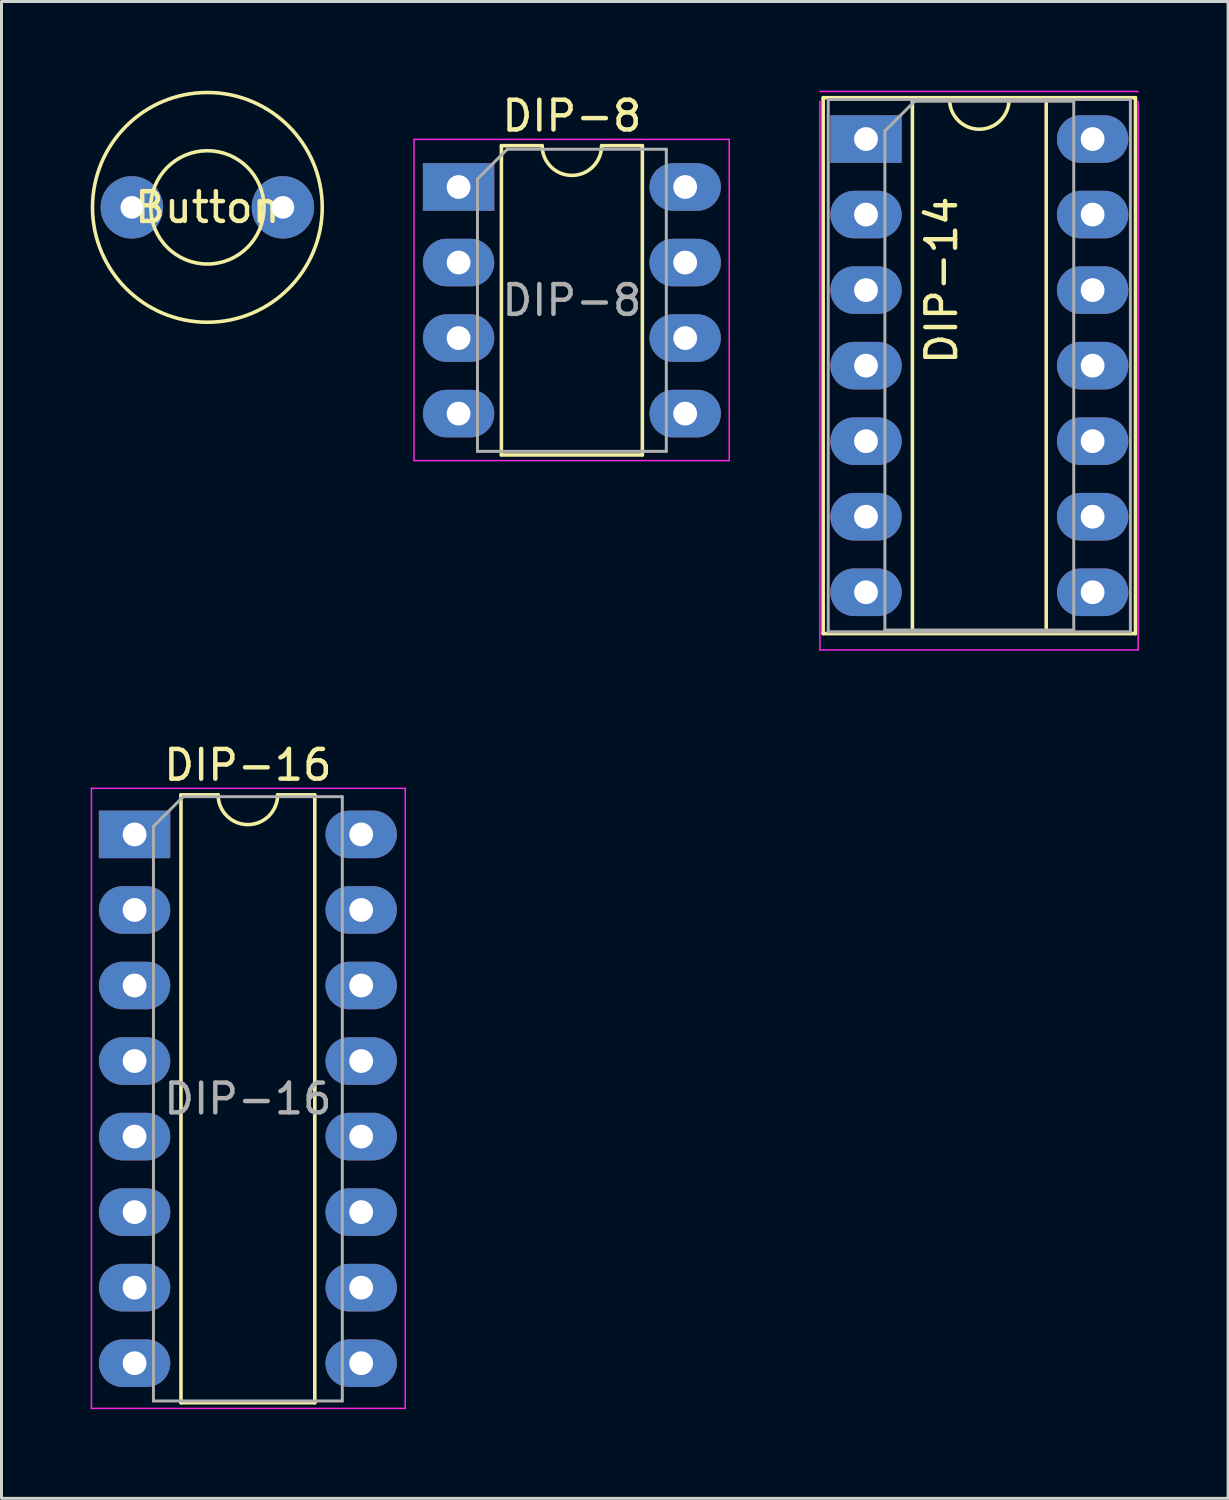
<source format=kicad_pcb>
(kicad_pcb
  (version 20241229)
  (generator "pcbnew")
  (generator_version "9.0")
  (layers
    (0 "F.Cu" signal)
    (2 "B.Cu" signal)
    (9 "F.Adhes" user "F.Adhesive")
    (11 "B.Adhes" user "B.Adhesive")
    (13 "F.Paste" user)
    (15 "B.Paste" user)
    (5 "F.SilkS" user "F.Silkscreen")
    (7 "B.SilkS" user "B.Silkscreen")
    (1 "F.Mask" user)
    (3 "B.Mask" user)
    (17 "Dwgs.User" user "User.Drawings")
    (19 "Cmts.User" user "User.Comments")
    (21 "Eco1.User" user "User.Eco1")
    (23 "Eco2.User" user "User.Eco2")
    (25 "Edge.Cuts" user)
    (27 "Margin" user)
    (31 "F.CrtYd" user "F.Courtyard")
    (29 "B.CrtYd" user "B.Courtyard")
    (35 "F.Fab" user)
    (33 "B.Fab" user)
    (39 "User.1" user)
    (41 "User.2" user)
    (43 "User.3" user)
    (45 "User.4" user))
  (footprint "DIP-16"
    (layer "F.Cu")
    (at 1.475 25.008)
    (property "Reference" "DIP-16" (at 3.81 -2.33 0) (layer "F.SilkS") (effects (font (size 1 1) (thickness 0.15))))
    (attr through_hole)
    (fp_line (start 1.56 -1.33) (end 1.56 19.11) (stroke (width 0.12) (type solid)) (layer "F.SilkS"))
    (fp_line (start 1.56 19.11) (end 6.06 19.11) (stroke (width 0.12) (type solid)) (layer "F.SilkS"))
    (fp_line (start 2.81 -1.33) (end 1.56 -1.33) (stroke (width 0.12) (type solid)) (layer "F.SilkS"))
    (fp_line (start 6.06 -1.33) (end 4.81 -1.33) (stroke (width 0.12) (type solid)) (layer "F.SilkS"))
    (fp_line (start 6.06 19.11) (end 6.06 -1.33) (stroke (width 0.12) (type solid)) (layer "F.SilkS"))
    (fp_arc (start 4.81 -1.33) (mid 3.81 -0.33) (end 2.81 -1.33) (stroke (width 0.12) (type solid)) (layer "F.SilkS"))
    (fp_line (start -1.45 -1.55) (end -1.45 19.3) (stroke (width 0.05) (type solid)) (layer "F.CrtYd"))
    (fp_line (start -1.45 19.3) (end 9.1 19.3) (stroke (width 0.05) (type solid)) (layer "F.CrtYd"))
    (fp_line (start 9.1 -1.55) (end -1.45 -1.55) (stroke (width 0.05) (type solid)) (layer "F.CrtYd"))
    (fp_line (start 9.1 19.3) (end 9.1 -1.55) (stroke (width 0.05) (type solid)) (layer "F.CrtYd"))
    (fp_line (start 0.635 -0.27) (end 1.635 -1.27) (stroke (width 0.1) (type solid)) (layer "F.Fab"))
    (fp_line (start 0.635 19.05) (end 0.635 -0.27) (stroke (width 0.1) (type solid)) (layer "F.Fab"))
    (fp_line (start 1.635 -1.27) (end 6.985 -1.27) (stroke (width 0.1) (type solid)) (layer "F.Fab"))
    (fp_line (start 6.985 -1.27) (end 6.985 19.05) (stroke (width 0.1) (type solid)) (layer "F.Fab"))
    (fp_line (start 6.985 19.05) (end 0.635 19.05) (stroke (width 0.1) (type solid)) (layer "F.Fab"))
    (fp_text user "${REFERENCE}" (at 3.81 8.89 0) (layer "F.Fab") (effects (font (size 1 1) (thickness 0.15))))
    (pad "1" thru_hole rect (at 0 0) (size 2.4 1.6) (drill 0.8) (layers "*.Cu" "*.Mask"))
    (pad "2" thru_hole oval (at 0 2.54) (size 2.4 1.6) (drill 0.8) (layers "*.Cu" "*.Mask"))
    (pad "3" thru_hole oval (at 0 5.08) (size 2.4 1.6) (drill 0.8) (layers "*.Cu" "*.Mask"))
    (pad "4" thru_hole oval (at 0 7.62) (size 2.4 1.6) (drill 0.8) (layers "*.Cu" "*.Mask"))
    (pad "5" thru_hole oval (at 0 10.16) (size 2.4 1.6) (drill 0.8) (layers "*.Cu" "*.Mask"))
    (pad "6" thru_hole oval (at 0 12.7) (size 2.4 1.6) (drill 0.8) (layers "*.Cu" "*.Mask"))
    (pad "7" thru_hole oval (at 0 15.24) (size 2.4 1.6) (drill 0.8) (layers "*.Cu" "*.Mask"))
    (pad "8" thru_hole oval (at 0 17.78) (size 2.4 1.6) (drill 0.8) (layers "*.Cu" "*.Mask"))
    (pad "9" thru_hole oval (at 7.62 17.78) (size 2.4 1.6) (drill 0.8) (layers "*.Cu" "*.Mask"))
    (pad "10" thru_hole oval (at 7.62 15.24) (size 2.4 1.6) (drill 0.8) (layers "*.Cu" "*.Mask"))
    (pad "11" thru_hole oval (at 7.62 12.7) (size 2.4 1.6) (drill 0.8) (layers "*.Cu" "*.Mask"))
    (pad "12" thru_hole oval (at 7.62 10.16) (size 2.4 1.6) (drill 0.8) (layers "*.Cu" "*.Mask"))
    (pad "13" thru_hole oval (at 7.62 7.62) (size 2.4 1.6) (drill 0.8) (layers "*.Cu" "*.Mask"))
    (pad "14" thru_hole oval (at 7.62 5.08) (size 2.4 1.6) (drill 0.8) (layers "*.Cu" "*.Mask"))
    (pad "15" thru_hole oval (at 7.62 2.54) (size 2.4 1.6) (drill 0.8) (layers "*.Cu" "*.Mask"))
    (pad "16" thru_hole oval (at 7.62 0) (size 2.4 1.6) (drill 0.8) (layers "*.Cu" "*.Mask")))
  (footprint "DIP-8"
    (layer "F.Cu")
    (at 12.37 3.238)
    (property "Reference" "DIP-8" (at 3.81 -2.39 0) (layer "F.SilkS") (effects (font (size 1 1) (thickness 0.15))))
    (attr through_hole)
    (fp_line (start 1.44 -1.39) (end 1.44 9.01) (stroke (width 0.12) (type solid)) (layer "F.SilkS"))
    (fp_line (start 1.44 9.01) (end 6.18 9.01) (stroke (width 0.12) (type solid)) (layer "F.SilkS"))
    (fp_line (start 2.81 -1.39) (end 1.44 -1.39) (stroke (width 0.12) (type solid)) (layer "F.SilkS"))
    (fp_line (start 6.18 -1.39) (end 4.81 -1.39) (stroke (width 0.12) (type solid)) (layer "F.SilkS"))
    (fp_line (start 6.18 9.01) (end 6.18 -1.39) (stroke (width 0.12) (type solid)) (layer "F.SilkS"))
    (fp_arc (start 4.81 -1.39) (mid 3.81 -0.39) (end 2.81 -1.39) (stroke (width 0.12) (type solid)) (layer "F.SilkS"))
    (fp_line (start -1.5 -1.6) (end -1.5 9.2) (stroke (width 0.05) (type solid)) (layer "F.CrtYd"))
    (fp_line (start -1.5 9.2) (end 9.1 9.2) (stroke (width 0.05) (type solid)) (layer "F.CrtYd"))
    (fp_line (start 9.1 -1.6) (end -1.5 -1.6) (stroke (width 0.05) (type solid)) (layer "F.CrtYd"))
    (fp_line (start 9.1 9.2) (end 9.1 -1.6) (stroke (width 0.05) (type solid)) (layer "F.CrtYd"))
    (fp_line (start 0.635 -0.27) (end 1.635 -1.27) (stroke (width 0.1) (type solid)) (layer "F.Fab"))
    (fp_line (start 0.635 8.89) (end 0.635 -0.27) (stroke (width 0.1) (type solid)) (layer "F.Fab"))
    (fp_line (start 1.635 -1.27) (end 6.985 -1.27) (stroke (width 0.1) (type solid)) (layer "F.Fab"))
    (fp_line (start 6.985 -1.27) (end 6.985 8.89) (stroke (width 0.1) (type solid)) (layer "F.Fab"))
    (fp_line (start 6.985 8.89) (end 0.635 8.89) (stroke (width 0.1) (type solid)) (layer "F.Fab"))
    (fp_text user "${REFERENCE}" (at 3.81 3.81 0) (layer "F.Fab") (effects (font (size 1 1) (thickness 0.15))))
    (pad "1" thru_hole rect (at 0 0) (size 2.4 1.6) (drill 0.8) (layers "*.Cu" "*.Mask"))
    (pad "2" thru_hole oval (at 0 2.54) (size 2.4 1.6) (drill 0.8) (layers "*.Cu" "*.Mask"))
    (pad "3" thru_hole oval (at 0 5.08) (size 2.4 1.6) (drill 0.8) (layers "*.Cu" "*.Mask"))
    (pad "4" thru_hole oval (at 0 7.62) (size 2.4 1.6) (drill 0.8) (layers "*.Cu" "*.Mask"))
    (pad "5" thru_hole oval (at 7.62 7.62) (size 2.4 1.6) (drill 0.8) (layers "*.Cu" "*.Mask"))
    (pad "6" thru_hole oval (at 7.62 5.08) (size 2.4 1.6) (drill 0.8) (layers "*.Cu" "*.Mask"))
    (pad "7" thru_hole oval (at 7.62 2.54) (size 2.4 1.6) (drill 0.8) (layers "*.Cu" "*.Mask"))
    (pad "8" thru_hole oval (at 7.62 0) (size 2.4 1.6) (drill 0.8) (layers "*.Cu" "*.Mask")))
  (footprint "Button"
    (layer "F.Cu")
    (at 3.923 3.923)
    (property "Reference" "Button" (at 0 0 0) (layer "F.SilkS") (effects (font (size 1 1) (thickness 0.15))))
    (attr through_hole)
    (fp_circle (center 0 0) (end -3.81 0.635) (stroke (width 0.12) (type solid)) (fill no) (layer "F.SilkS"))
    (fp_circle (center 0 0) (end -1.905 0) (stroke (width 0.12) (type solid)) (fill no) (layer "F.SilkS"))
    (pad "1" thru_hole circle (at -2.54 0) (size 2.1 2.1) (drill 0.762) (layers "*.Cu" "*.Mask"))
    (pad "2" thru_hole circle (at 2.54 0) (size 2.1 2.1) (drill 0.762) (layers "*.Cu" "*.Mask")))
  (footprint "DIP-14"
    (layer "F.Cu")
    (at 26.07 1.625)
    (property "Reference" "DIP-14" (at 2.54 4.75 90) (layer "F.SilkS") (effects (font (size 1 1) (thickness 0.15))))
    (attr through_hole)
    (fp_line (start -1.44 -1.39) (end -1.44 16.63) (stroke (width 0.12) (type solid)) (layer "F.SilkS"))
    (fp_line (start -1.44 16.63) (end 9.06 16.63) (stroke (width 0.12) (type solid)) (layer "F.SilkS"))
    (fp_line (start 1.56 -1.33) (end 1.56 16.57) (stroke (width 0.12) (type solid)) (layer "F.SilkS"))
    (fp_line (start 1.56 16.57) (end 6.06 16.57) (stroke (width 0.12) (type solid)) (layer "F.SilkS"))
    (fp_line (start 2.81 -1.33) (end 1.56 -1.33) (stroke (width 0.12) (type solid)) (layer "F.SilkS"))
    (fp_line (start 6.06 -1.33) (end 4.81 -1.33) (stroke (width 0.12) (type solid)) (layer "F.SilkS"))
    (fp_line (start 6.06 16.57) (end 6.06 -1.33) (stroke (width 0.12) (type solid)) (layer "F.SilkS"))
    (fp_line (start 9.06 -1.39) (end -1.44 -1.39) (stroke (width 0.12) (type solid)) (layer "F.SilkS"))
    (fp_line (start 9.06 16.63) (end 9.06 -1.39) (stroke (width 0.12) (type solid)) (layer "F.SilkS"))
    (fp_arc (start 4.81 -1.33) (mid 3.81 -0.33) (end 2.81 -1.33) (stroke (width 0.12) (type solid)) (layer "F.SilkS"))
    (fp_line (start -1.55 -1.27) (end -1.55 17.18) (stroke (width 0.05) (type solid)) (layer "F.CrtYd"))
    (fp_line (start -1.55 17.18) (end 9.15 17.18) (stroke (width 0.05) (type solid)) (layer "F.CrtYd"))
    (fp_line (start 9.15 -1.6) (end -1.55 -1.6) (stroke (width 0.05) (type solid)) (layer "F.CrtYd"))
    (fp_line (start 9.15 17.18) (end 9.15 -1.27) (stroke (width 0.05) (type solid)) (layer "F.CrtYd"))
    (fp_line (start -1.27 -1.33) (end -1.27 16.57) (stroke (width 0.1) (type solid)) (layer "F.Fab"))
    (fp_line (start -1.27 16.57) (end 8.89 16.57) (stroke (width 0.1) (type solid)) (layer "F.Fab"))
    (fp_line (start 0.635 -0.27) (end 1.635 -1.27) (stroke (width 0.1) (type solid)) (layer "F.Fab"))
    (fp_line (start 0.635 16.51) (end 0.635 -0.27) (stroke (width 0.1) (type solid)) (layer "F.Fab"))
    (fp_line (start 1.635 -1.27) (end 6.985 -1.27) (stroke (width 0.1) (type solid)) (layer "F.Fab"))
    (fp_line (start 6.985 -1.27) (end 6.985 16.51) (stroke (width 0.1) (type solid)) (layer "F.Fab"))
    (fp_line (start 6.985 16.51) (end 0.635 16.51) (stroke (width 0.1) (type solid)) (layer "F.Fab"))
    (fp_line (start 8.89 -1.33) (end -1.27 -1.33) (stroke (width 0.1) (type solid)) (layer "F.Fab"))
    (fp_line (start 8.89 16.57) (end 8.89 -1.33) (stroke (width 0.1) (type solid)) (layer "F.Fab"))
    (pad "1" thru_hole rect (at 0 0) (size 2.4 1.6) (drill 0.8) (layers "*.Cu" "*.Mask"))
    (pad "2" thru_hole oval (at 0 2.54) (size 2.4 1.6) (drill 0.8) (layers "*.Cu" "*.Mask"))
    (pad "3" thru_hole oval (at 0 5.08) (size 2.4 1.6) (drill 0.8) (layers "*.Cu" "*.Mask"))
    (pad "4" thru_hole oval (at 0 7.62) (size 2.4 1.6) (drill 0.8) (layers "*.Cu" "*.Mask"))
    (pad "5" thru_hole oval (at 0 10.16) (size 2.4 1.6) (drill 0.8) (layers "*.Cu" "*.Mask"))
    (pad "6" thru_hole oval (at 0 12.7) (size 2.4 1.6) (drill 0.8) (layers "*.Cu" "*.Mask"))
    (pad "7" thru_hole oval (at 0 15.24) (size 2.4 1.6) (drill 0.8) (layers "*.Cu" "*.Mask"))
    (pad "8" thru_hole oval (at 7.62 15.24) (size 2.4 1.6) (drill 0.8) (layers "*.Cu" "*.Mask"))
    (pad "9" thru_hole oval (at 7.62 12.7) (size 2.4 1.6) (drill 0.8) (layers "*.Cu" "*.Mask"))
    (pad "10" thru_hole oval (at 7.62 10.16) (size 2.4 1.6) (drill 0.8) (layers "*.Cu" "*.Mask"))
    (pad "11" thru_hole oval (at 7.62 7.62) (size 2.4 1.6) (drill 0.8) (layers "*.Cu" "*.Mask"))
    (pad "12" thru_hole oval (at 7.62 5.08) (size 2.4 1.6) (drill 0.8) (layers "*.Cu" "*.Mask"))
    (pad "13" thru_hole oval (at 7.62 2.54) (size 2.4 1.6) (drill 0.8) (layers "*.Cu" "*.Mask"))
    (pad "14" thru_hole oval (at 7.62 0) (size 2.4 1.6) (drill 0.8) (layers "*.Cu" "*.Mask")))
  (gr_rect
    (start -3 -3)
    (end 38.245 47.333)
    (stroke (width 0.1) (type default))
    (fill no)
    (layer "Edge.Cuts")))
</source>
